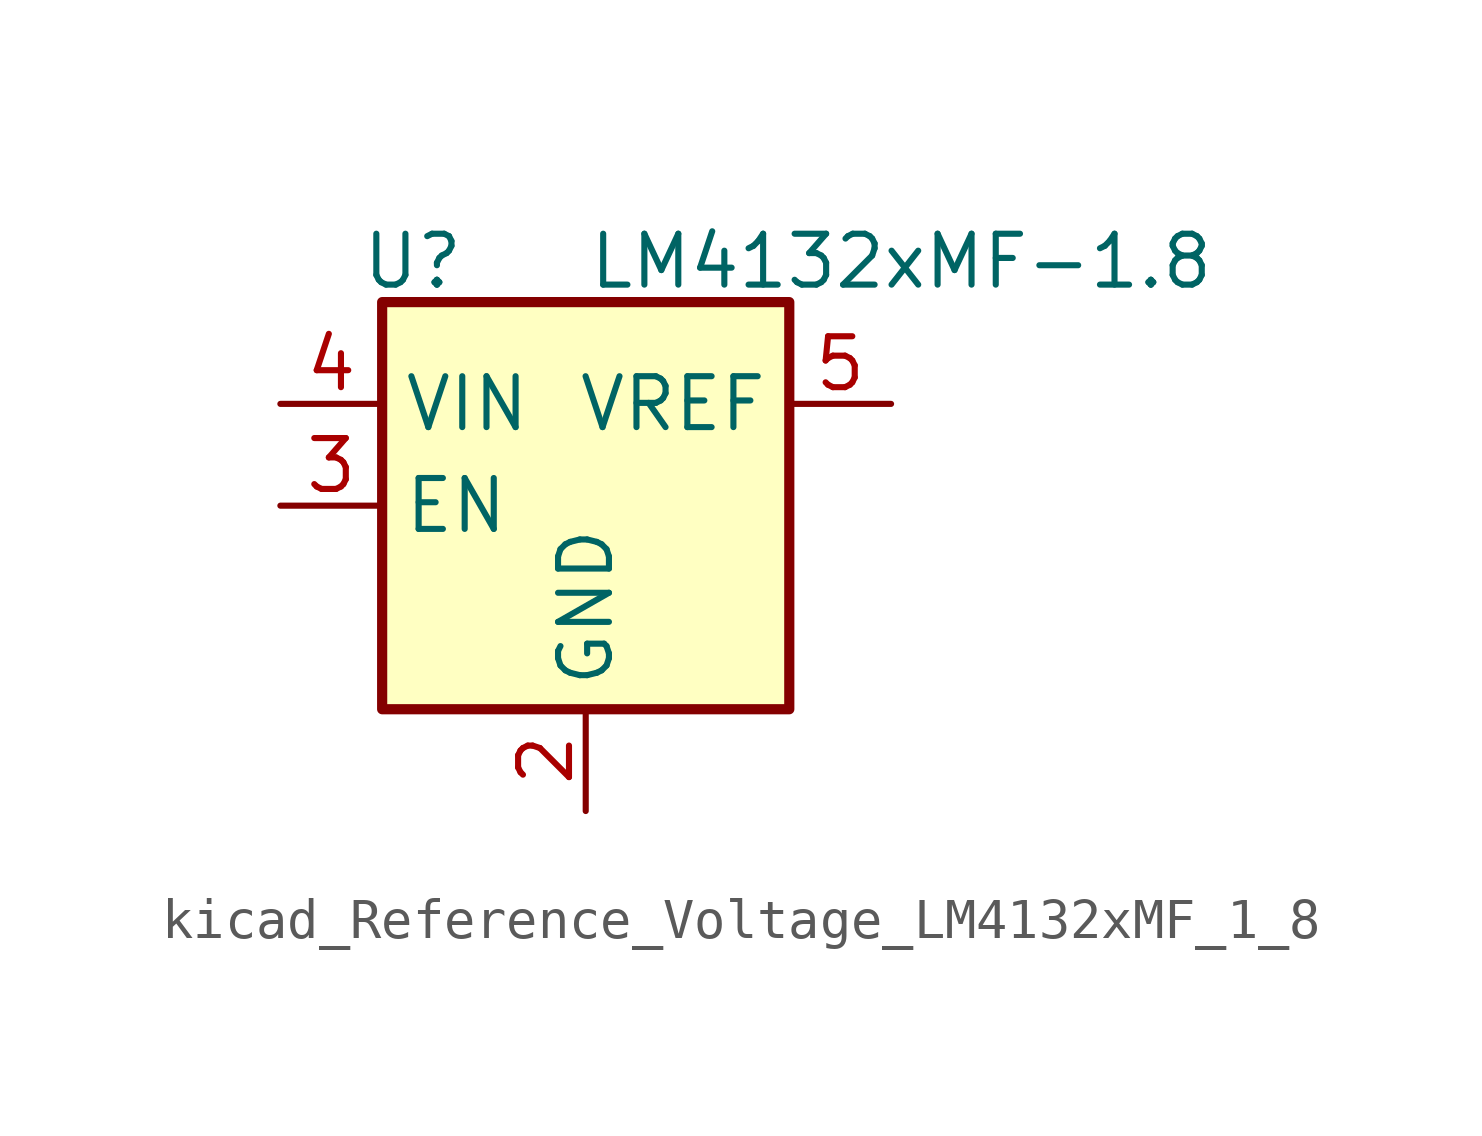
<source format=kicad_sym>
(kicad_symbol_lib
  (version 20220914)
  (generator kicad_symbol_editor)
  (symbol "kicad_Reference_Voltage_LM4132xMF_1_8"
    (property "Reference" "U"
      (at -4.318 6.096 0)
      (effects (font (size 1.27 1.27))))
    (property "Value" "LM4132xMF-1.8"
      (at 7.874 6.096 0)
      (effects (font (size 1.27 1.27))))
    (symbol "kicad_Reference_Voltage_LM4132xMF_1_8_0_1"
      (rectangle (start -5.08 5.08) (end 5.08 -5.08) (stroke (width 0.254) (type default)) (fill (type background))))
    (symbol "kicad_Reference_Voltage_LM4132xMF_1_8_1_1"
      (pin no_connect line (at 5.08 0 180) (length 2.54) hide (name "NC" (effects (font (size 1.27 1.27)))) (number "1" (effects (font (size 1.27 1.27)))))
      (pin power_in line (at 0 -7.62 90) (length 2.54) (name "GND" (effects (font (size 1.27 1.27)))) (number "2" (effects (font (size 1.27 1.27)))))
      (pin input line (at -7.62 0 0) (length 2.54) (name "EN" (effects (font (size 1.27 1.27)))) (number "3" (effects (font (size 1.27 1.27)))))
      (pin power_in line (at -7.62 2.54 0) (length 2.54) (name "VIN" (effects (font (size 1.27 1.27)))) (number "4" (effects (font (size 1.27 1.27)))))
      (pin power_out line (at 7.62 2.54 180) (length 2.54) (name "VREF" (effects (font (size 1.27 1.27)))) (number "5" (effects (font (size 1.27 1.27))))))))
</source>
